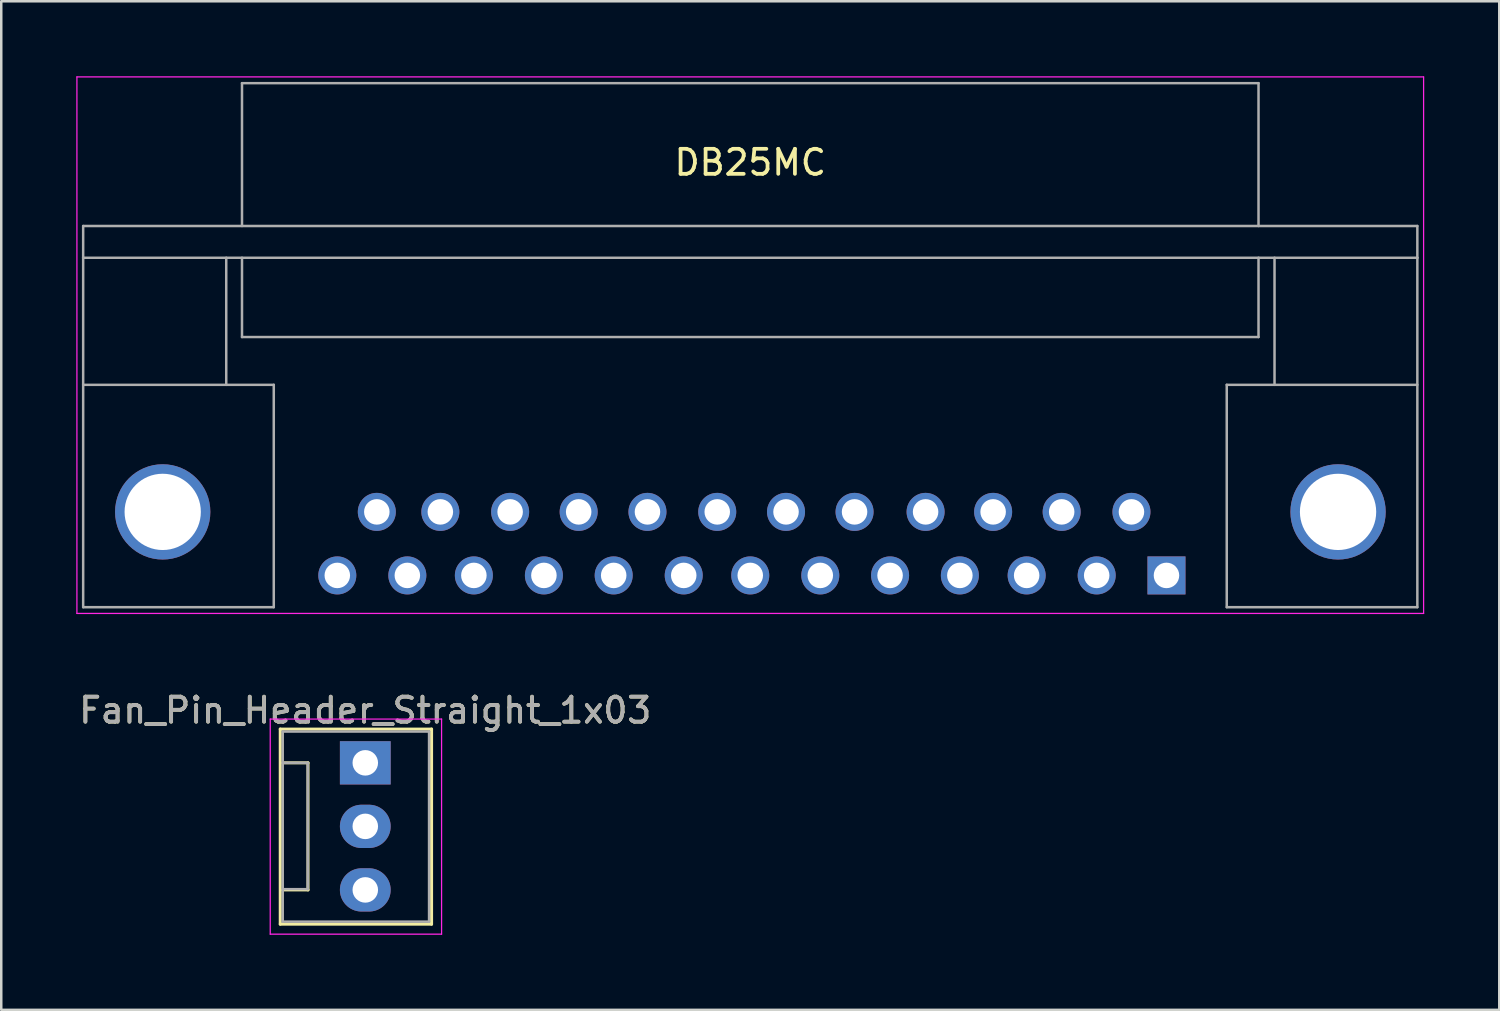
<source format=kicad_pcb>
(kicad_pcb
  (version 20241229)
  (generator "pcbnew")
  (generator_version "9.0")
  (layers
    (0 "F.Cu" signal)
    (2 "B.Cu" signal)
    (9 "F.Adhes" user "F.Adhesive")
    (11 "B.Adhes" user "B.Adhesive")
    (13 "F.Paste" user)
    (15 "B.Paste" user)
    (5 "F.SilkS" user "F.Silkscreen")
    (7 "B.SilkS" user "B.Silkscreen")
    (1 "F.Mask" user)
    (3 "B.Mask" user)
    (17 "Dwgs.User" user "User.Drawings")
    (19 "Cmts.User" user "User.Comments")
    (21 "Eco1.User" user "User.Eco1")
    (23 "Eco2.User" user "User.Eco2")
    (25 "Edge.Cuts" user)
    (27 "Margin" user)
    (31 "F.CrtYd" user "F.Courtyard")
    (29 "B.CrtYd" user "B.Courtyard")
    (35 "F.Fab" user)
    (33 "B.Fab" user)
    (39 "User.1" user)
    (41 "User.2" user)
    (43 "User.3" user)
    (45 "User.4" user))
  (footprint "Fan_Pin_Header_Straight_1x03"
    (layer "F.Cu")
    (at 11.554 27.448)
    (property "Reference" "Fan_Pin_Header_Straight_1x03" (at 0 -2.1 0) (layer "F.SilkS") (effects (font (size 1 1) (thickness 0.15))))
    (attr through_hole)
    (fp_line (start -3.4 -1.35) (end 2.65 -1.35) (stroke (width 0.12) (type solid)) (layer "F.SilkS"))
    (fp_line (start -3.4 6.45) (end -3.4 -1.35) (stroke (width 0.12) (type solid)) (layer "F.SilkS"))
    (fp_line (start -3.3 0) (end -2.29 0) (stroke (width 0.12) (type solid)) (layer "F.SilkS"))
    (fp_line (start -2.29 0) (end -2.29 5.08) (stroke (width 0.12) (type solid)) (layer "F.SilkS"))
    (fp_line (start -2.29 5.08) (end -3.3 5.08) (stroke (width 0.12) (type solid)) (layer "F.SilkS"))
    (fp_line (start 2.65 -1.35) (end 2.65 6.45) (stroke (width 0.12) (type solid)) (layer "F.SilkS"))
    (fp_line (start 2.65 6.45) (end -3.4 6.45) (stroke (width 0.12) (type solid)) (layer "F.SilkS"))
    (fp_line (start -3.8 -1.75) (end -3.8 6.85) (stroke (width 0.05) (type solid)) (layer "F.CrtYd"))
    (fp_line (start -3.8 -1.75) (end 3.05 -1.75) (stroke (width 0.05) (type solid)) (layer "F.CrtYd"))
    (fp_line (start 3.05 6.85) (end -3.8 6.85) (stroke (width 0.05) (type solid)) (layer "F.CrtYd"))
    (fp_line (start 3.05 6.85) (end 3.05 -1.75) (stroke (width 0.05) (type solid)) (layer "F.CrtYd"))
    (fp_line (start -3.3 -1.25) (end 2.55 -1.25) (stroke (width 0.1) (type solid)) (layer "F.Fab"))
    (fp_line (start -3.3 5.05) (end -2.3 5.05) (stroke (width 0.1) (type solid)) (layer "F.Fab"))
    (fp_line (start -3.3 6.35) (end -3.3 -1.25) (stroke (width 0.1) (type solid)) (layer "F.Fab"))
    (fp_line (start -2.3 0) (end -3.3 0) (stroke (width 0.1) (type solid)) (layer "F.Fab"))
    (fp_line (start -2.3 5.05) (end -2.3 0) (stroke (width 0.1) (type solid)) (layer "F.Fab"))
    (fp_line (start 2.55 -1.25) (end 2.55 6.35) (stroke (width 0.1) (type solid)) (layer "F.Fab"))
    (fp_line (start 2.55 6.35) (end -3.3 6.35) (stroke (width 0.1) (type solid)) (layer "F.Fab"))
    (fp_text user "${REFERENCE}" (at 0 -2.1 0) (layer "F.Fab") (effects (font (size 1 1) (thickness 0.15))))
    (pad "1" thru_hole rect (at 0 0) (size 2.03 1.73) (drill 1.02) (layers "*.Cu" "*.Mask"))
    (pad "2" thru_hole oval (at 0 2.54) (size 2.03 1.73) (drill 1.02) (layers "*.Cu" "*.Mask"))
    (pad "3" thru_hole oval (at 0 5.08) (size 2.03 1.73) (drill 1.02) (layers "*.Cu" "*.Mask")))
  (footprint "DB25MC"
    (layer "F.Cu")
    (at 43.585 19.955)
    (property "Reference" "DB25MC" (at -16.64 -16.51 0) (layer "F.SilkS") (effects (font (size 1 1) (thickness 0.15))))
    (attr through_hole)
    (fp_line (start -43.56 -19.93) (end -43.56 1.52) (stroke (width 0.05) (type solid)) (layer "F.CrtYd"))
    (fp_line (start -43.56 -19.93) (end 10.28 -19.93) (stroke (width 0.05) (type solid)) (layer "F.CrtYd"))
    (fp_line (start 10.28 1.52) (end -43.56 1.52) (stroke (width 0.05) (type solid)) (layer "F.CrtYd"))
    (fp_line (start 10.28 1.52) (end 10.28 -19.93) (stroke (width 0.05) (type solid)) (layer "F.CrtYd"))
    (fp_line (start -43.31 -13.97) (end -43.31 -12.7) (stroke (width 0.1) (type solid)) (layer "F.Fab"))
    (fp_line (start -43.31 -12.7) (end 10.03 -12.7) (stroke (width 0.1) (type solid)) (layer "F.Fab"))
    (fp_line (start -43.31 -7.62) (end -35.69 -7.62) (stroke (width 0.1) (type solid)) (layer "F.Fab"))
    (fp_line (start -43.31 1.27) (end -43.31 -12.7) (stroke (width 0.1) (type solid)) (layer "F.Fab"))
    (fp_line (start -43.31 1.27) (end -35.69 1.27) (stroke (width 0.1) (type solid)) (layer "F.Fab"))
    (fp_line (start -37.59 -12.7) (end -37.59 -7.62) (stroke (width 0.1) (type solid)) (layer "F.Fab"))
    (fp_line (start -36.96 -19.68) (end -36.96 -13.97) (stroke (width 0.1) (type solid)) (layer "F.Fab"))
    (fp_line (start -36.96 -19.68) (end 3.68 -19.68) (stroke (width 0.1) (type solid)) (layer "F.Fab"))
    (fp_line (start -36.96 -9.53) (end -36.96 -12.7) (stroke (width 0.1) (type solid)) (layer "F.Fab"))
    (fp_line (start -36.96 -9.53) (end 3.68 -9.53) (stroke (width 0.1) (type solid)) (layer "F.Fab"))
    (fp_line (start -35.69 -7.62) (end -35.69 1.27) (stroke (width 0.1) (type solid)) (layer "F.Fab"))
    (fp_line (start 2.41 -7.62) (end 2.41 1.27) (stroke (width 0.1) (type solid)) (layer "F.Fab"))
    (fp_line (start 2.41 1.27) (end 10.03 1.27) (stroke (width 0.1) (type solid)) (layer "F.Fab"))
    (fp_line (start 3.68 -19.68) (end 3.68 -13.97) (stroke (width 0.1) (type solid)) (layer "F.Fab"))
    (fp_line (start 3.68 -9.53) (end 3.68 -12.7) (stroke (width 0.1) (type solid)) (layer "F.Fab"))
    (fp_line (start 4.32 -12.7) (end 4.32 -7.62) (stroke (width 0.1) (type solid)) (layer "F.Fab"))
    (fp_line (start 10.03 -13.97) (end -43.31 -13.97) (stroke (width 0.1) (type solid)) (layer "F.Fab"))
    (fp_line (start 10.03 -12.7) (end 10.03 -13.97) (stroke (width 0.1) (type solid)) (layer "F.Fab"))
    (fp_line (start 10.03 -12.7) (end 10.03 1.27) (stroke (width 0.1) (type solid)) (layer "F.Fab"))
    (fp_line (start 10.03 -7.62) (end 2.41 -7.62) (stroke (width 0.1) (type solid)) (layer "F.Fab"))
    (pad "" thru_hole circle (at -40.13 -2.54) (size 3.81 3.81) (drill 3.05) (layers "*.Cu" "*.Mask"))
    (pad "" thru_hole circle (at 6.86 -2.54) (size 3.81 3.81) (drill 3.05) (layers "*.Cu" "*.Mask"))
    (pad "1" thru_hole rect (at 0 0) (size 1.52 1.52) (drill 1.02) (layers "*.Cu" "*.Mask"))
    (pad "2" thru_hole circle (at -2.79 0) (size 1.52 1.52) (drill 1.02) (layers "*.Cu" "*.Mask"))
    (pad "3" thru_hole circle (at -5.59 0) (size 1.52 1.52) (drill 1.02) (layers "*.Cu" "*.Mask"))
    (pad "4" thru_hole circle (at -8.26 0) (size 1.52 1.52) (drill 1.02) (layers "*.Cu" "*.Mask"))
    (pad "5" thru_hole circle (at -11.05 0) (size 1.52 1.52) (drill 1.02) (layers "*.Cu" "*.Mask"))
    (pad "6" thru_hole circle (at -13.84 0) (size 1.52 1.52) (drill 1.02) (layers "*.Cu" "*.Mask"))
    (pad "7" thru_hole circle (at -16.64 0) (size 1.52 1.52) (drill 1.02) (layers "*.Cu" "*.Mask"))
    (pad "8" thru_hole circle (at -19.3 0) (size 1.52 1.52) (drill 1.02) (layers "*.Cu" "*.Mask"))
    (pad "9" thru_hole circle (at -22.1 0) (size 1.52 1.52) (drill 1.02) (layers "*.Cu" "*.Mask"))
    (pad "10" thru_hole circle (at -24.89 0) (size 1.52 1.52) (drill 1.02) (layers "*.Cu" "*.Mask"))
    (pad "11" thru_hole circle (at -27.69 0) (size 1.52 1.52) (drill 1.02) (layers "*.Cu" "*.Mask"))
    (pad "12" thru_hole circle (at -30.35 0) (size 1.52 1.52) (drill 1.02) (layers "*.Cu" "*.Mask"))
    (pad "13" thru_hole circle (at -33.15 0) (size 1.52 1.52) (drill 1.02) (layers "*.Cu" "*.Mask"))
    (pad "14" thru_hole circle (at -1.4 -2.54) (size 1.52 1.52) (drill 1.02) (layers "*.Cu" "*.Mask"))
    (pad "15" thru_hole circle (at -4.19 -2.54) (size 1.52 1.52) (drill 1.02) (layers "*.Cu" "*.Mask"))
    (pad "16" thru_hole circle (at -6.93 -2.54) (size 1.52 1.52) (drill 1.02) (layers "*.Cu" "*.Mask"))
    (pad "17" thru_hole circle (at -9.63 -2.54) (size 1.52 1.52) (drill 1.02) (layers "*.Cu" "*.Mask"))
    (pad "18" thru_hole circle (at -12.47 -2.54) (size 1.52 1.52) (drill 1.02) (layers "*.Cu" "*.Mask"))
    (pad "19" thru_hole circle (at -15.21 -2.54) (size 1.52 1.52) (drill 1.02) (layers "*.Cu" "*.Mask"))
    (pad "20" thru_hole circle (at -17.96 -2.54) (size 1.52 1.52) (drill 1.02) (layers "*.Cu" "*.Mask"))
    (pad "21" thru_hole circle (at -20.75 -2.54) (size 1.52 1.52) (drill 1.02) (layers "*.Cu" "*.Mask"))
    (pad "22" thru_hole circle (at -23.5 -2.54) (size 1.52 1.52) (drill 1.02) (layers "*.Cu" "*.Mask"))
    (pad "23" thru_hole circle (at -26.24 -2.54) (size 1.52 1.52) (drill 1.02) (layers "*.Cu" "*.Mask"))
    (pad "24" thru_hole circle (at -29.03 -2.54) (size 1.52 1.52) (drill 1.02) (layers "*.Cu" "*.Mask"))
    (pad "25" thru_hole circle (at -31.57 -2.54) (size 1.52 1.52) (drill 1.02) (layers "*.Cu" "*.Mask")))
  (gr_rect
    (start -3 -3)
    (end 56.89 37.323)
    (stroke (width 0.1) (type default))
    (fill no)
    (layer "Edge.Cuts")))
</source>
